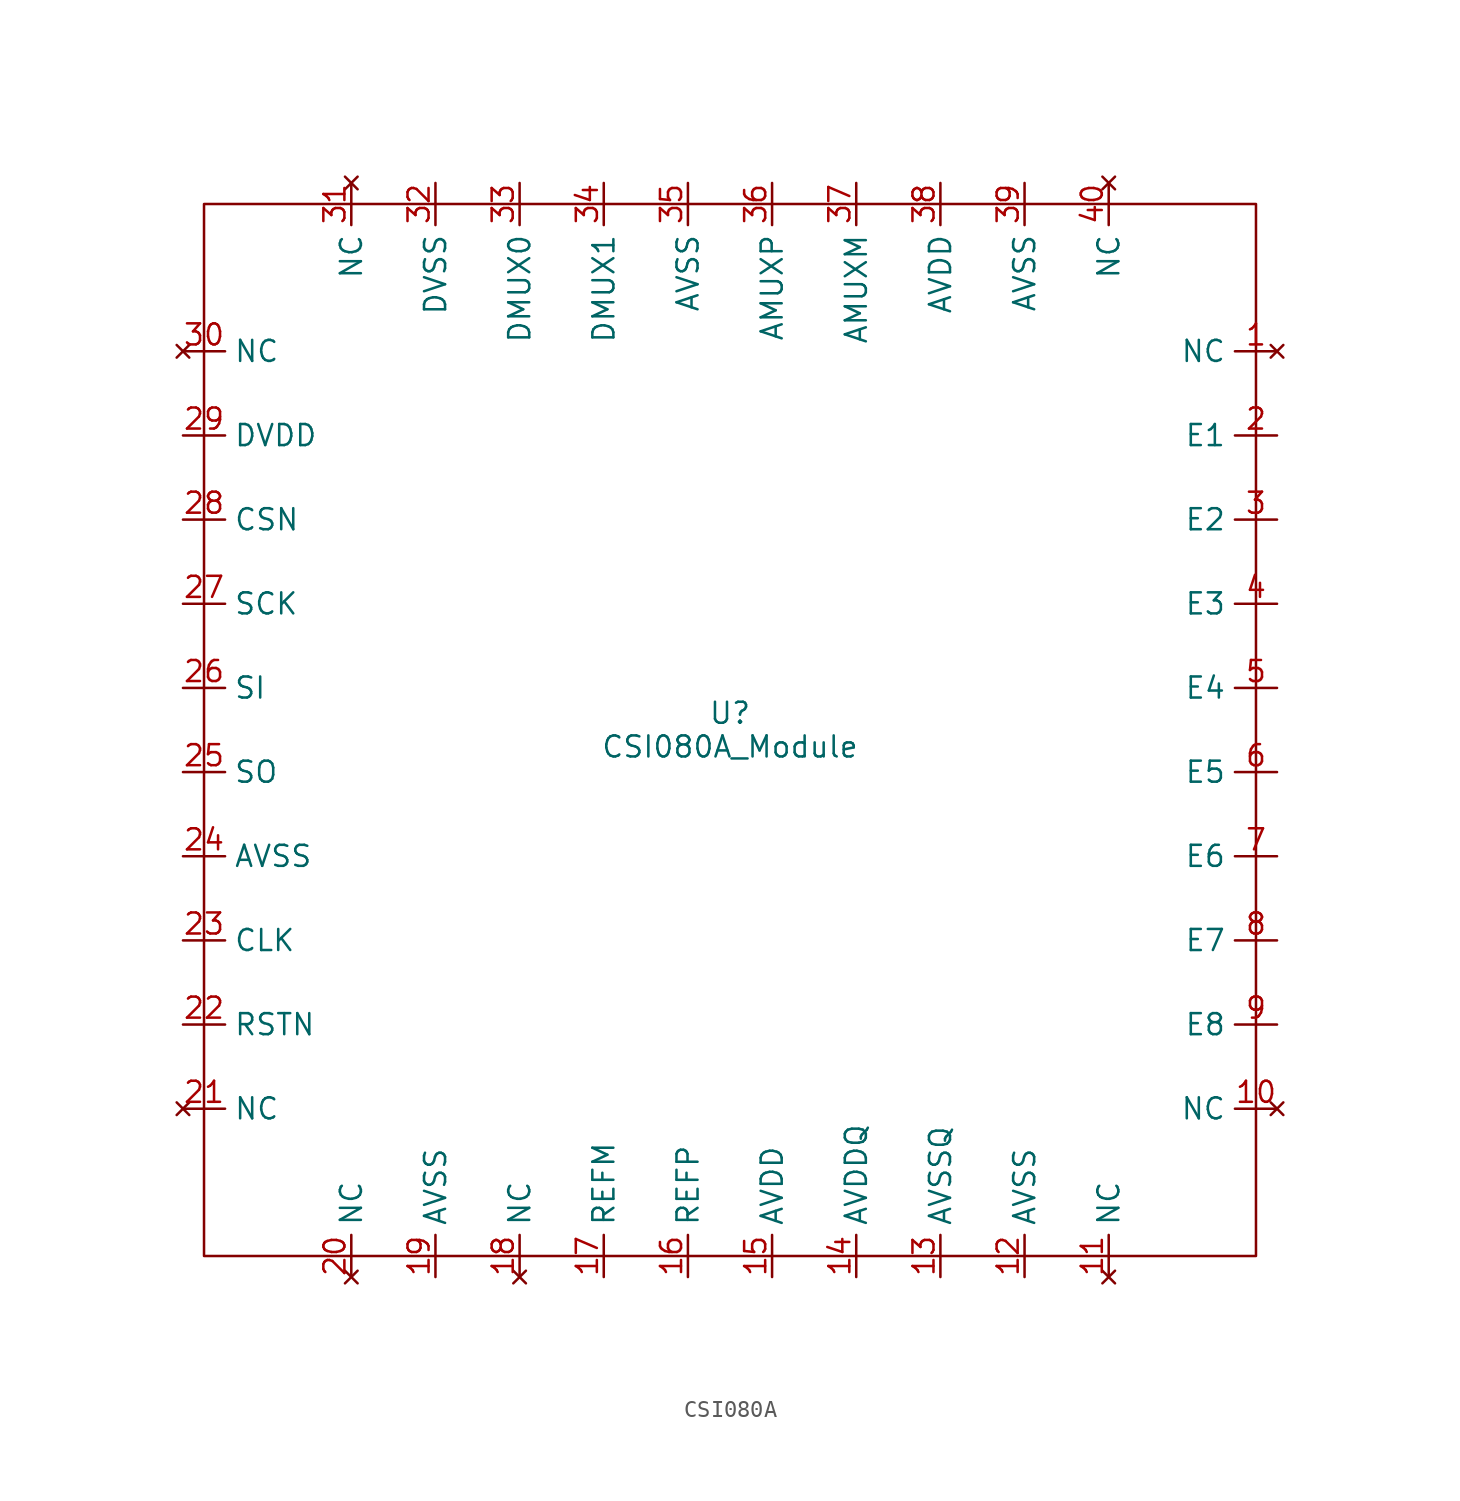
<source format=kicad_sym>
(kicad_symbol_lib
  (version 20231120)
  (generator "kicad_symbol_editor")
  (generator_version "8.0")
  (symbol "CSI080A"
    (property "Reference" "U"
      (at 0 1.016 0)
      (effects (font (size 1.27 1.27))))
    (property "Value" "CSI080A_Module"
      (at 0 -1.016 0)
      (effects (font (size 1.27 1.27))))
    (symbol "CSI080A_0_1"
      (rectangle (start -31.75 31.75) (end 31.75 -31.75) (stroke (width 0) (type default)) (fill (type none))))
    (symbol "CSI080A_1_1"
      (pin no_connect line (at 33.02 22.86 180) (length 2.54) (name "NC" (effects (font (size 1.27 1.27)))) (number "1" (effects (font (size 1.27 1.27)))))
      (pin no_connect line (at 33.02 -22.86 180) (length 2.54) (name "NC" (effects (font (size 1.27 1.27)))) (number "10" (effects (font (size 1.27 1.27)))))
      (pin no_connect line (at 22.86 -33.02 90) (length 2.54) (name "NC" (effects (font (size 1.27 1.27)))) (number "11" (effects (font (size 1.27 1.27)))))
      (pin power_in line (at 17.78 -33.02 90) (length 2.54) (name "AVSS" (effects (font (size 1.27 1.27)))) (number "12" (effects (font (size 1.27 1.27)))))
      (pin power_in line (at 12.7 -33.02 90) (length 2.54) (name "AVSSQ" (effects (font (size 1.27 1.27)))) (number "13" (effects (font (size 1.27 1.27)))))
      (pin power_in line (at 7.62 -33.02 90) (length 2.54) (name "AVDDQ" (effects (font (size 1.27 1.27)))) (number "14" (effects (font (size 1.27 1.27)))))
      (pin power_in line (at 2.54 -33.02 90) (length 2.54) (name "AVDD" (effects (font (size 1.27 1.27)))) (number "15" (effects (font (size 1.27 1.27)))))
      (pin power_in line (at -2.54 -33.02 90) (length 2.54) (name "REFP" (effects (font (size 1.27 1.27)))) (number "16" (effects (font (size 1.27 1.27)))))
      (pin power_in line (at -7.62 -33.02 90) (length 2.54) (name "REFM" (effects (font (size 1.27 1.27)))) (number "17" (effects (font (size 1.27 1.27)))))
      (pin no_connect line (at -12.7 -33.02 90) (length 2.54) (name "NC" (effects (font (size 1.27 1.27)))) (number "18" (effects (font (size 1.27 1.27)))))
      (pin power_in line (at -17.78 -33.02 90) (length 2.54) (name "AVSS" (effects (font (size 1.27 1.27)))) (number "19" (effects (font (size 1.27 1.27)))))
      (pin unspecified line (at 33.02 17.78 180) (length 2.54) (name "E1" (effects (font (size 1.27 1.27)))) (number "2" (effects (font (size 1.27 1.27)))))
      (pin no_connect line (at -22.86 -33.02 90) (length 2.54) (name "NC" (effects (font (size 1.27 1.27)))) (number "20" (effects (font (size 1.27 1.27)))))
      (pin no_connect line (at -33.02 -22.86 0) (length 2.54) (name "NC" (effects (font (size 1.27 1.27)))) (number "21" (effects (font (size 1.27 1.27)))))
      (pin input line (at -33.02 -17.78 0) (length 2.54) (name "RSTN" (effects (font (size 1.27 1.27)))) (number "22" (effects (font (size 1.27 1.27)))))
      (pin input line (at -33.02 -12.7 0) (length 2.54) (name "CLK" (effects (font (size 1.27 1.27)))) (number "23" (effects (font (size 1.27 1.27)))))
      (pin power_in line (at -33.02 -7.62 0) (length 2.54) (name "AVSS" (effects (font (size 1.27 1.27)))) (number "24" (effects (font (size 1.27 1.27)))))
      (pin output line (at -33.02 -2.54 0) (length 2.54) (name "SO" (effects (font (size 1.27 1.27)))) (number "25" (effects (font (size 1.27 1.27)))))
      (pin input line (at -33.02 2.54 0) (length 2.54) (name "SI" (effects (font (size 1.27 1.27)))) (number "26" (effects (font (size 1.27 1.27)))))
      (pin bidirectional line (at -33.02 7.62 0) (length 2.54) (name "SCK" (effects (font (size 1.27 1.27)))) (number "27" (effects (font (size 1.27 1.27)))))
      (pin input line (at -33.02 12.7 0) (length 2.54) (name "CSN" (effects (font (size 1.27 1.27)))) (number "28" (effects (font (size 1.27 1.27)))))
      (pin power_in line (at -33.02 17.78 0) (length 2.54) (name "DVDD" (effects (font (size 1.27 1.27)))) (number "29" (effects (font (size 1.27 1.27)))))
      (pin unspecified line (at 33.02 12.7 180) (length 2.54) (name "E2" (effects (font (size 1.27 1.27)))) (number "3" (effects (font (size 1.27 1.27)))))
      (pin no_connect line (at -33.02 22.86 0) (length 2.54) (name "NC" (effects (font (size 1.27 1.27)))) (number "30" (effects (font (size 1.27 1.27)))))
      (pin no_connect line (at -22.86 33.02 270) (length 2.54) (name "NC" (effects (font (size 1.27 1.27)))) (number "31" (effects (font (size 1.27 1.27)))))
      (pin power_in line (at -17.78 33.02 270) (length 2.54) (name "DVSS" (effects (font (size 1.27 1.27)))) (number "32" (effects (font (size 1.27 1.27)))))
      (pin input line (at -12.7 33.02 270) (length 2.54) (name "DMUX0" (effects (font (size 1.27 1.27)))) (number "33" (effects (font (size 1.27 1.27)))))
      (pin input line (at -7.62 33.02 270) (length 2.54) (name "DMUX1" (effects (font (size 1.27 1.27)))) (number "34" (effects (font (size 1.27 1.27)))))
      (pin power_in line (at -2.54 33.02 270) (length 2.54) (name "AVSS" (effects (font (size 1.27 1.27)))) (number "35" (effects (font (size 1.27 1.27)))))
      (pin input line (at 2.54 33.02 270) (length 2.54) (name "AMUXP" (effects (font (size 1.27 1.27)))) (number "36" (effects (font (size 1.27 1.27)))))
      (pin input line (at 7.62 33.02 270) (length 2.54) (name "AMUXM" (effects (font (size 1.27 1.27)))) (number "37" (effects (font (size 1.27 1.27)))))
      (pin power_in line (at 12.7 33.02 270) (length 2.54) (name "AVDD" (effects (font (size 1.27 1.27)))) (number "38" (effects (font (size 1.27 1.27)))))
      (pin power_in line (at 17.78 33.02 270) (length 2.54) (name "AVSS" (effects (font (size 1.27 1.27)))) (number "39" (effects (font (size 1.27 1.27)))))
      (pin unspecified line (at 33.02 7.62 180) (length 2.54) (name "E3" (effects (font (size 1.27 1.27)))) (number "4" (effects (font (size 1.27 1.27)))))
      (pin no_connect line (at 22.86 33.02 270) (length 2.54) (name "NC" (effects (font (size 1.27 1.27)))) (number "40" (effects (font (size 1.27 1.27)))))
      (pin unspecified line (at 33.02 2.54 180) (length 2.54) (name "E4" (effects (font (size 1.27 1.27)))) (number "5" (effects (font (size 1.27 1.27)))))
      (pin unspecified line (at 33.02 -2.54 180) (length 2.54) (name "E5" (effects (font (size 1.27 1.27)))) (number "6" (effects (font (size 1.27 1.27)))))
      (pin unspecified line (at 33.02 -7.62 180) (length 2.54) (name "E6" (effects (font (size 1.27 1.27)))) (number "7" (effects (font (size 1.27 1.27)))))
      (pin unspecified line (at 33.02 -12.7 180) (length 2.54) (name "E7" (effects (font (size 1.27 1.27)))) (number "8" (effects (font (size 1.27 1.27)))))
      (pin unspecified line (at 33.02 -17.78 180) (length 2.54) (name "E8" (effects (font (size 1.27 1.27)))) (number "9" (effects (font (size 1.27 1.27))))))))
</source>
